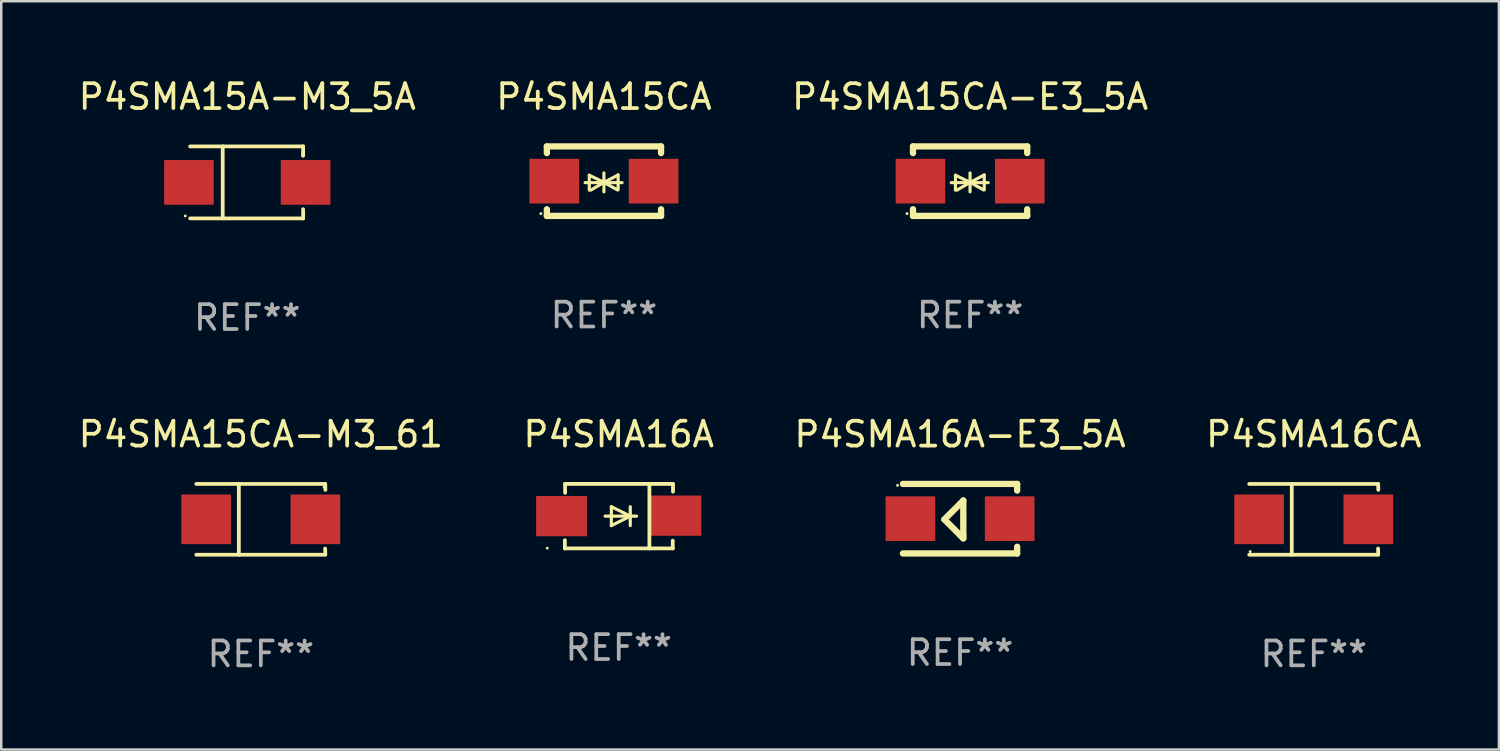
<source format=kicad_pcb>
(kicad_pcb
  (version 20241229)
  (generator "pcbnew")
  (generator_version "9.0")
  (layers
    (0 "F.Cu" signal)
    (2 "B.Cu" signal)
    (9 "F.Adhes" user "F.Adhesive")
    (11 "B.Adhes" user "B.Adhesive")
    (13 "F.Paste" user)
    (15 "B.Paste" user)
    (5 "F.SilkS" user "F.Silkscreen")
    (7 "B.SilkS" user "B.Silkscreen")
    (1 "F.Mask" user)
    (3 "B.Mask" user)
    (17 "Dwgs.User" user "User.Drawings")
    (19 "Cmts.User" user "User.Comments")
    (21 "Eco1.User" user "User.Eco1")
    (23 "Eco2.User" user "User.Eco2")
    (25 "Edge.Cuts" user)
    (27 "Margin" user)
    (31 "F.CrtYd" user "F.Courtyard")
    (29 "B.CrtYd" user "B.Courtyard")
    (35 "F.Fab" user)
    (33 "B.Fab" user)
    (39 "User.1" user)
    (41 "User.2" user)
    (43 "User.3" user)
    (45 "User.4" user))
  (footprint "P4SMA15CA-M3_61"
    (layer "F.Cu")
    (at 7.458 17.871)
    (property "Reference" "P4SMA15CA-M3_61" (at 0 -3.426 0) (layer "F.SilkS") (effects (font (size 1 1) (thickness 0.15))))
    (attr through_hole)
    (fp_line (start -2.6 -1.426) (end 2.593 -1.426) (stroke (width 0.152) (type solid)) (layer "F.SilkS"))
    (fp_line (start -2.6 1.426) (end 2.593 1.426) (stroke (width 0.152) (type solid)) (layer "F.SilkS"))
    (fp_line (start -0.887 -1.426) (end -0.887 1.426) (stroke (width 0.152) (type solid)) (layer "F.SilkS"))
    (fp_line (start 2.59 1.176) (end 2.597 1.415) (stroke (width 0.152) (type solid)) (layer "F.SilkS"))
    (fp_line (start 2.593 -1.426) (end 2.6 -1.187) (stroke (width 0.152) (type solid)) (layer "F.SilkS"))
    (fp_circle (center 2.547 -1.3) (end 2.577 -1.3) (stroke (width 0.06) (type solid)) (fill no) (layer "F.SilkS"))
    (fp_text user "REF**" (at 0 5.426 0) (layer "F.Fab") (effects (font (size 1 1) (thickness 0.15))))
    (pad "1" smd rect (at 2.197 -0.000025 180) (size 2 2) (layers "F.Cu" "F.Mask" "F.Paste"))
    (pad "2" smd rect (at -2.203 -0.000025 180) (size 2 2) (layers "F.Cu" "F.Mask" "F.Paste")))
  (footprint "P4SMA16A"
    (layer "F.Cu")
    (at 21.875 17.743)
    (property "Reference" "P4SMA16A" (at 0 -3.299 0) (layer "F.SilkS") (effects (font (size 1 1) (thickness 0.15))))
    (attr through_hole)
    (fp_line (start -2.17 0.969) (end -2.17 1.299) (stroke (width 0.152) (type solid)) (layer "F.SilkS"))
    (fp_line (start -2.17 1.299) (end 2.177 1.299) (stroke (width 0.152) (type solid)) (layer "F.SilkS"))
    (fp_line (start -2.16 -1.299) (end 2.186 -1.299) (stroke (width 0.152) (type solid)) (layer "F.SilkS"))
    (fp_line (start -2.16 -0.94) (end -2.16 -1.299) (stroke (width 0.152) (type solid)) (layer "F.SilkS"))
    (fp_line (start -0.551 -0.000483) (end 0.719 -0.000483) (stroke (width 0.127) (type solid)) (layer "F.SilkS"))
    (fp_line (start -0.297 -0.381) (end 0.465 -0.000483) (stroke (width 0.127) (type solid)) (layer "F.SilkS"))
    (fp_line (start -0.297 -0.000483) (end -0.297 -0.381) (stroke (width 0.127) (type solid)) (layer "F.SilkS"))
    (fp_line (start -0.297 -0.000483) (end -0.297 0.381) (stroke (width 0.127) (type solid)) (layer "F.SilkS"))
    (fp_line (start -0.297 0.381) (end 0.465 -0.000483) (stroke (width 0.127) (type solid)) (layer "F.SilkS"))
    (fp_line (start 0.465 -0.000483) (end 0.465 -0.381) (stroke (width 0.127) (type solid)) (layer "F.SilkS"))
    (fp_line (start 0.465 -0.000483) (end 0.465 0.381) (stroke (width 0.127) (type solid)) (layer "F.SilkS"))
    (fp_line (start 1.236 -1.299) (end 1.236 1.299) (stroke (width 0.152) (type solid)) (layer "F.SilkS"))
    (fp_line (start 2.177 1.299) (end 2.177 0.988) (stroke (width 0.152) (type solid)) (layer "F.SilkS"))
    (fp_line (start 2.186 -1.299) (end 2.186 -0.987) (stroke (width 0.152) (type solid)) (layer "F.SilkS"))
    (fp_circle (center -2.879 1.289) (end -2.849 1.289) (stroke (width 0.06) (type solid)) (fill no) (layer "F.SilkS"))
    (fp_text user "REF**" (at 0 5.299 0) (layer "F.Fab") (effects (font (size 1 1) (thickness 0.15))))
    (pad "1" smd rect (at -2.304 -0.001) (size 2.046 1.62) (layers "F.Cu" "F.Mask" "F.Paste"))
    (pad "2" smd rect (at 2.304 -0.02 180) (size 2.046 1.62) (layers "F.Cu" "F.Mask" "F.Paste")))
  (footprint "P4SMA15A-M3_5A"
    (layer "F.Cu")
    (at 6.911 4.298)
    (property "Reference" "P4SMA15A-M3_5A" (at 0 -3.45 0) (layer "F.SilkS") (effects (font (size 1 1) (thickness 0.15))))
    (attr through_hole)
    (fp_line (start -2.3 -1.45) (end 2.25 -1.45) (stroke (width 0.152) (type solid)) (layer "F.SilkS"))
    (fp_line (start -0.989 -1.45) (end -0.989 1.45) (stroke (width 0.152) (type solid)) (layer "F.SilkS"))
    (fp_line (start 2.25 -1.45) (end 2.25 -1.08) (stroke (width 0.152) (type solid)) (layer "F.SilkS"))
    (fp_line (start 2.25 -1.08) (end 2.25 -1.142) (stroke (width 0.152) (type solid)) (layer "F.SilkS"))
    (fp_line (start 2.25 1.45) (end -2.3 1.45) (stroke (width 0.152) (type solid)) (layer "F.SilkS"))
    (fp_line (start 2.25 1.45) (end 2.25 1.08) (stroke (width 0.152) (type solid)) (layer "F.SilkS"))
    (fp_circle (center -2.5 1.35) (end -2.47 1.35) (stroke (width 0.06) (type solid)) (fill no) (layer "F.SilkS"))
    (fp_text user "REF**" (at 0 5.45 0) (layer "F.Fab") (effects (font (size 1 1) (thickness 0.15))))
    (pad "1" smd rect (at -2.35 0.000025) (size 2 1.8) (layers "F.Cu" "F.Mask" "F.Paste"))
    (pad "2" smd rect (at 2.35 0.000025) (size 2 1.8) (layers "F.Cu" "F.Mask" "F.Paste")))
  (footprint "P4SMA16A-E3_5A"
    (layer "F.Cu")
    (at 35.625 17.845)
    (property "Reference" "P4SMA16A-E3_5A" (at 0 -3.4 0) (layer "F.SilkS") (effects (font (size 1 1) (thickness 0.15))))
    (attr through_hole)
    (fp_line (start -2.3 -1.4) (end 2.3 -1.4) (stroke (width 0.254) (type solid)) (layer "F.SilkS"))
    (fp_line (start -2.3 1.4) (end 2.3 1.4) (stroke (width 0.254) (type solid)) (layer "F.SilkS"))
    (fp_line (start -0.631 0.03) (end 0.131 -0.732) (stroke (width 0.254) (type solid)) (layer "F.SilkS"))
    (fp_line (start 0.004 0.665) (end -0.631 0.03) (stroke (width 0.254) (type solid)) (layer "F.SilkS"))
    (fp_line (start 0.131 -0.732) (end 0.131 0.665) (stroke (width 0.254) (type solid)) (layer "F.SilkS"))
    (fp_line (start 0.131 0.665) (end 0.131 0.792) (stroke (width 0.254) (type solid)) (layer "F.SilkS"))
    (fp_line (start 0.131 0.792) (end 0.004 0.665) (stroke (width 0.254) (type solid)) (layer "F.SilkS"))
    (fp_line (start 2.3 -1.4) (end 2.3 -1.131) (stroke (width 0.254) (type solid)) (layer "F.SilkS"))
    (fp_line (start 2.3 1.131) (end 2.3 1.4) (stroke (width 0.254) (type solid)) (layer "F.SilkS"))
    (fp_circle (center -2.517 -1.342) (end -2.487 -1.342) (stroke (width 0.06) (type solid)) (fill no) (layer "F.SilkS"))
    (fp_text user "REF**" (at 0 5.4 0) (layer "F.Fab") (effects (font (size 1 1) (thickness 0.15))))
    (pad "1" smd rect (at -2 -0.000127) (size 2 1.8) (layers "F.Cu" "F.Mask" "F.Paste"))
    (pad "2" smd rect (at 2 -0.000127) (size 2 1.8) (layers "F.Cu" "F.Mask" "F.Paste")))
  (footprint "P4SMA15CA"
    (layer "F.Cu")
    (at 21.28 4.248)
    (property "Reference" "P4SMA15CA" (at 0 -3.4 0) (layer "F.SilkS") (effects (font (size 1 1) (thickness 0.15))))
    (attr through_hole)
    (fp_line (start -2.3 -1.4) (end -2.3 -1.131) (stroke (width 0.254) (type solid)) (layer "F.SilkS"))
    (fp_line (start -2.3 -1.4) (end 2.3 -1.4) (stroke (width 0.254) (type solid)) (layer "F.SilkS"))
    (fp_line (start -2.3 1.131) (end -2.3 1.4) (stroke (width 0.254) (type solid)) (layer "F.SilkS"))
    (fp_line (start -2.3 1.4) (end 2.3 1.4) (stroke (width 0.254) (type solid)) (layer "F.SilkS"))
    (fp_line (start -0.76 0.06) (end 0.73 0.06) (stroke (width 0.127) (type solid)) (layer "F.SilkS"))
    (fp_line (start -0.59 -0.24) (end -0.59 0.36) (stroke (width 0.127) (type solid)) (layer "F.SilkS"))
    (fp_line (start -0.59 -0.24) (end -0.002 0.049) (stroke (width 0.127) (type solid)) (layer "F.SilkS"))
    (fp_line (start -0.53 0.36) (end -0.002 0.049) (stroke (width 0.127) (type solid)) (layer "F.SilkS"))
    (fp_line (start -0.002 0.049) (end -0.002 -0.332) (stroke (width 0.127) (type solid)) (layer "F.SilkS"))
    (fp_line (start -0.002 0.049) (end -0.002 0.43) (stroke (width 0.127) (type solid)) (layer "F.SilkS"))
    (fp_line (start 0.54 0.35) (end -0.002 0.049) (stroke (width 0.127) (type solid)) (layer "F.SilkS"))
    (fp_line (start 0.57 -0.25) (end -0.002 0.049) (stroke (width 0.127) (type solid)) (layer "F.SilkS"))
    (fp_line (start 0.57 -0.25) (end 0.57 0.35) (stroke (width 0.127) (type solid)) (layer "F.SilkS"))
    (fp_line (start 2.3 -1.4) (end 2.3 -1.131) (stroke (width 0.254) (type solid)) (layer "F.SilkS"))
    (fp_line (start 2.3 1.131) (end 2.3 1.4) (stroke (width 0.254) (type solid)) (layer "F.SilkS"))
    (fp_circle (center -2.542 1.308) (end -2.512 1.308) (stroke (width 0.06) (type solid)) (fill no) (layer "F.SilkS"))
    (fp_text user "REF**" (at 0 5.4 0) (layer "F.Fab") (effects (font (size 1 1) (thickness 0.15))))
    (pad "1" smd rect (at -2 0) (size 2 1.8) (layers "F.Cu" "F.Mask" "F.Paste"))
    (pad "2" smd rect (at 2 0) (size 2 1.8) (layers "F.Cu" "F.Mask" "F.Paste")))
  (footprint "P4SMA16CA"
    (layer "F.Cu")
    (at 49.875 17.871)
    (property "Reference" "P4SMA16CA" (at 0 -3.426 0) (layer "F.SilkS") (effects (font (size 1 1) (thickness 0.15))))
    (attr through_hole)
    (fp_line (start -2.6 -1.426) (end 2.593 -1.426) (stroke (width 0.152) (type solid)) (layer "F.SilkS"))
    (fp_line (start -2.6 1.426) (end 2.593 1.426) (stroke (width 0.152) (type solid)) (layer "F.SilkS"))
    (fp_line (start -0.887 -1.426) (end -0.887 1.426) (stroke (width 0.152) (type solid)) (layer "F.SilkS"))
    (fp_line (start 2.59 1.176) (end 2.597 1.415) (stroke (width 0.152) (type solid)) (layer "F.SilkS"))
    (fp_line (start 2.593 -1.426) (end 2.6 -1.187) (stroke (width 0.152) (type solid)) (layer "F.SilkS"))
    (fp_circle (center -2.563 1.3) (end -2.533 1.3) (stroke (width 0.06) (type solid)) (fill no) (layer "F.SilkS"))
    (fp_text user "REF**" (at 0 5.426 0) (layer "F.Fab") (effects (font (size 1 1) (thickness 0.15))))
    (pad "1" smd rect (at -2.203 -0.000025 180) (size 2 2) (layers "F.Cu" "F.Mask" "F.Paste"))
    (pad "2" smd rect (at 2.197 -0.000025 180) (size 2 2) (layers "F.Cu" "F.Mask" "F.Paste")))
  (footprint "P4SMA15CA-E3_5A"
    (layer "F.Cu")
    (at 36.03 4.248)
    (property "Reference" "P4SMA15CA-E3_5A" (at 0 -3.4 0) (layer "F.SilkS") (effects (font (size 1 1) (thickness 0.15))))
    (attr through_hole)
    (fp_line (start -2.3 -1.4) (end -2.3 -1.131) (stroke (width 0.254) (type solid)) (layer "F.SilkS"))
    (fp_line (start -2.3 -1.4) (end 2.3 -1.4) (stroke (width 0.254) (type solid)) (layer "F.SilkS"))
    (fp_line (start -2.3 1.131) (end -2.3 1.4) (stroke (width 0.254) (type solid)) (layer "F.SilkS"))
    (fp_line (start -2.3 1.4) (end 2.3 1.4) (stroke (width 0.254) (type solid)) (layer "F.SilkS"))
    (fp_line (start -0.76 0.06) (end 0.73 0.06) (stroke (width 0.127) (type solid)) (layer "F.SilkS"))
    (fp_line (start -0.59 -0.24) (end -0.59 0.36) (stroke (width 0.127) (type solid)) (layer "F.SilkS"))
    (fp_line (start -0.59 -0.24) (end -0.002 0.049) (stroke (width 0.127) (type solid)) (layer "F.SilkS"))
    (fp_line (start -0.53 0.36) (end -0.002 0.049) (stroke (width 0.127) (type solid)) (layer "F.SilkS"))
    (fp_line (start -0.002 0.049) (end -0.002 -0.332) (stroke (width 0.127) (type solid)) (layer "F.SilkS"))
    (fp_line (start -0.002 0.049) (end -0.002 0.43) (stroke (width 0.127) (type solid)) (layer "F.SilkS"))
    (fp_line (start 0.54 0.35) (end -0.002 0.049) (stroke (width 0.127) (type solid)) (layer "F.SilkS"))
    (fp_line (start 0.57 -0.25) (end -0.002 0.049) (stroke (width 0.127) (type solid)) (layer "F.SilkS"))
    (fp_line (start 0.57 -0.25) (end 0.57 0.35) (stroke (width 0.127) (type solid)) (layer "F.SilkS"))
    (fp_line (start 2.3 -1.4) (end 2.3 -1.131) (stroke (width 0.254) (type solid)) (layer "F.SilkS"))
    (fp_line (start 2.3 1.131) (end 2.3 1.4) (stroke (width 0.254) (type solid)) (layer "F.SilkS"))
    (fp_circle (center -2.542 1.308) (end -2.512 1.308) (stroke (width 0.06) (type solid)) (fill no) (layer "F.SilkS"))
    (fp_text user "REF**" (at 0 5.4 0) (layer "F.Fab") (effects (font (size 1 1) (thickness 0.15))))
    (pad "1" smd rect (at -2 0) (size 2 1.8) (layers "F.Cu" "F.Mask" "F.Paste"))
    (pad "2" smd rect (at 2 0) (size 2 1.8) (layers "F.Cu" "F.Mask" "F.Paste")))
  (gr_rect
    (start -3 -3)
    (end 57.333 27.145)
    (stroke (width 0.1) (type default))
    (fill no)
    (layer "Edge.Cuts")))
</source>
